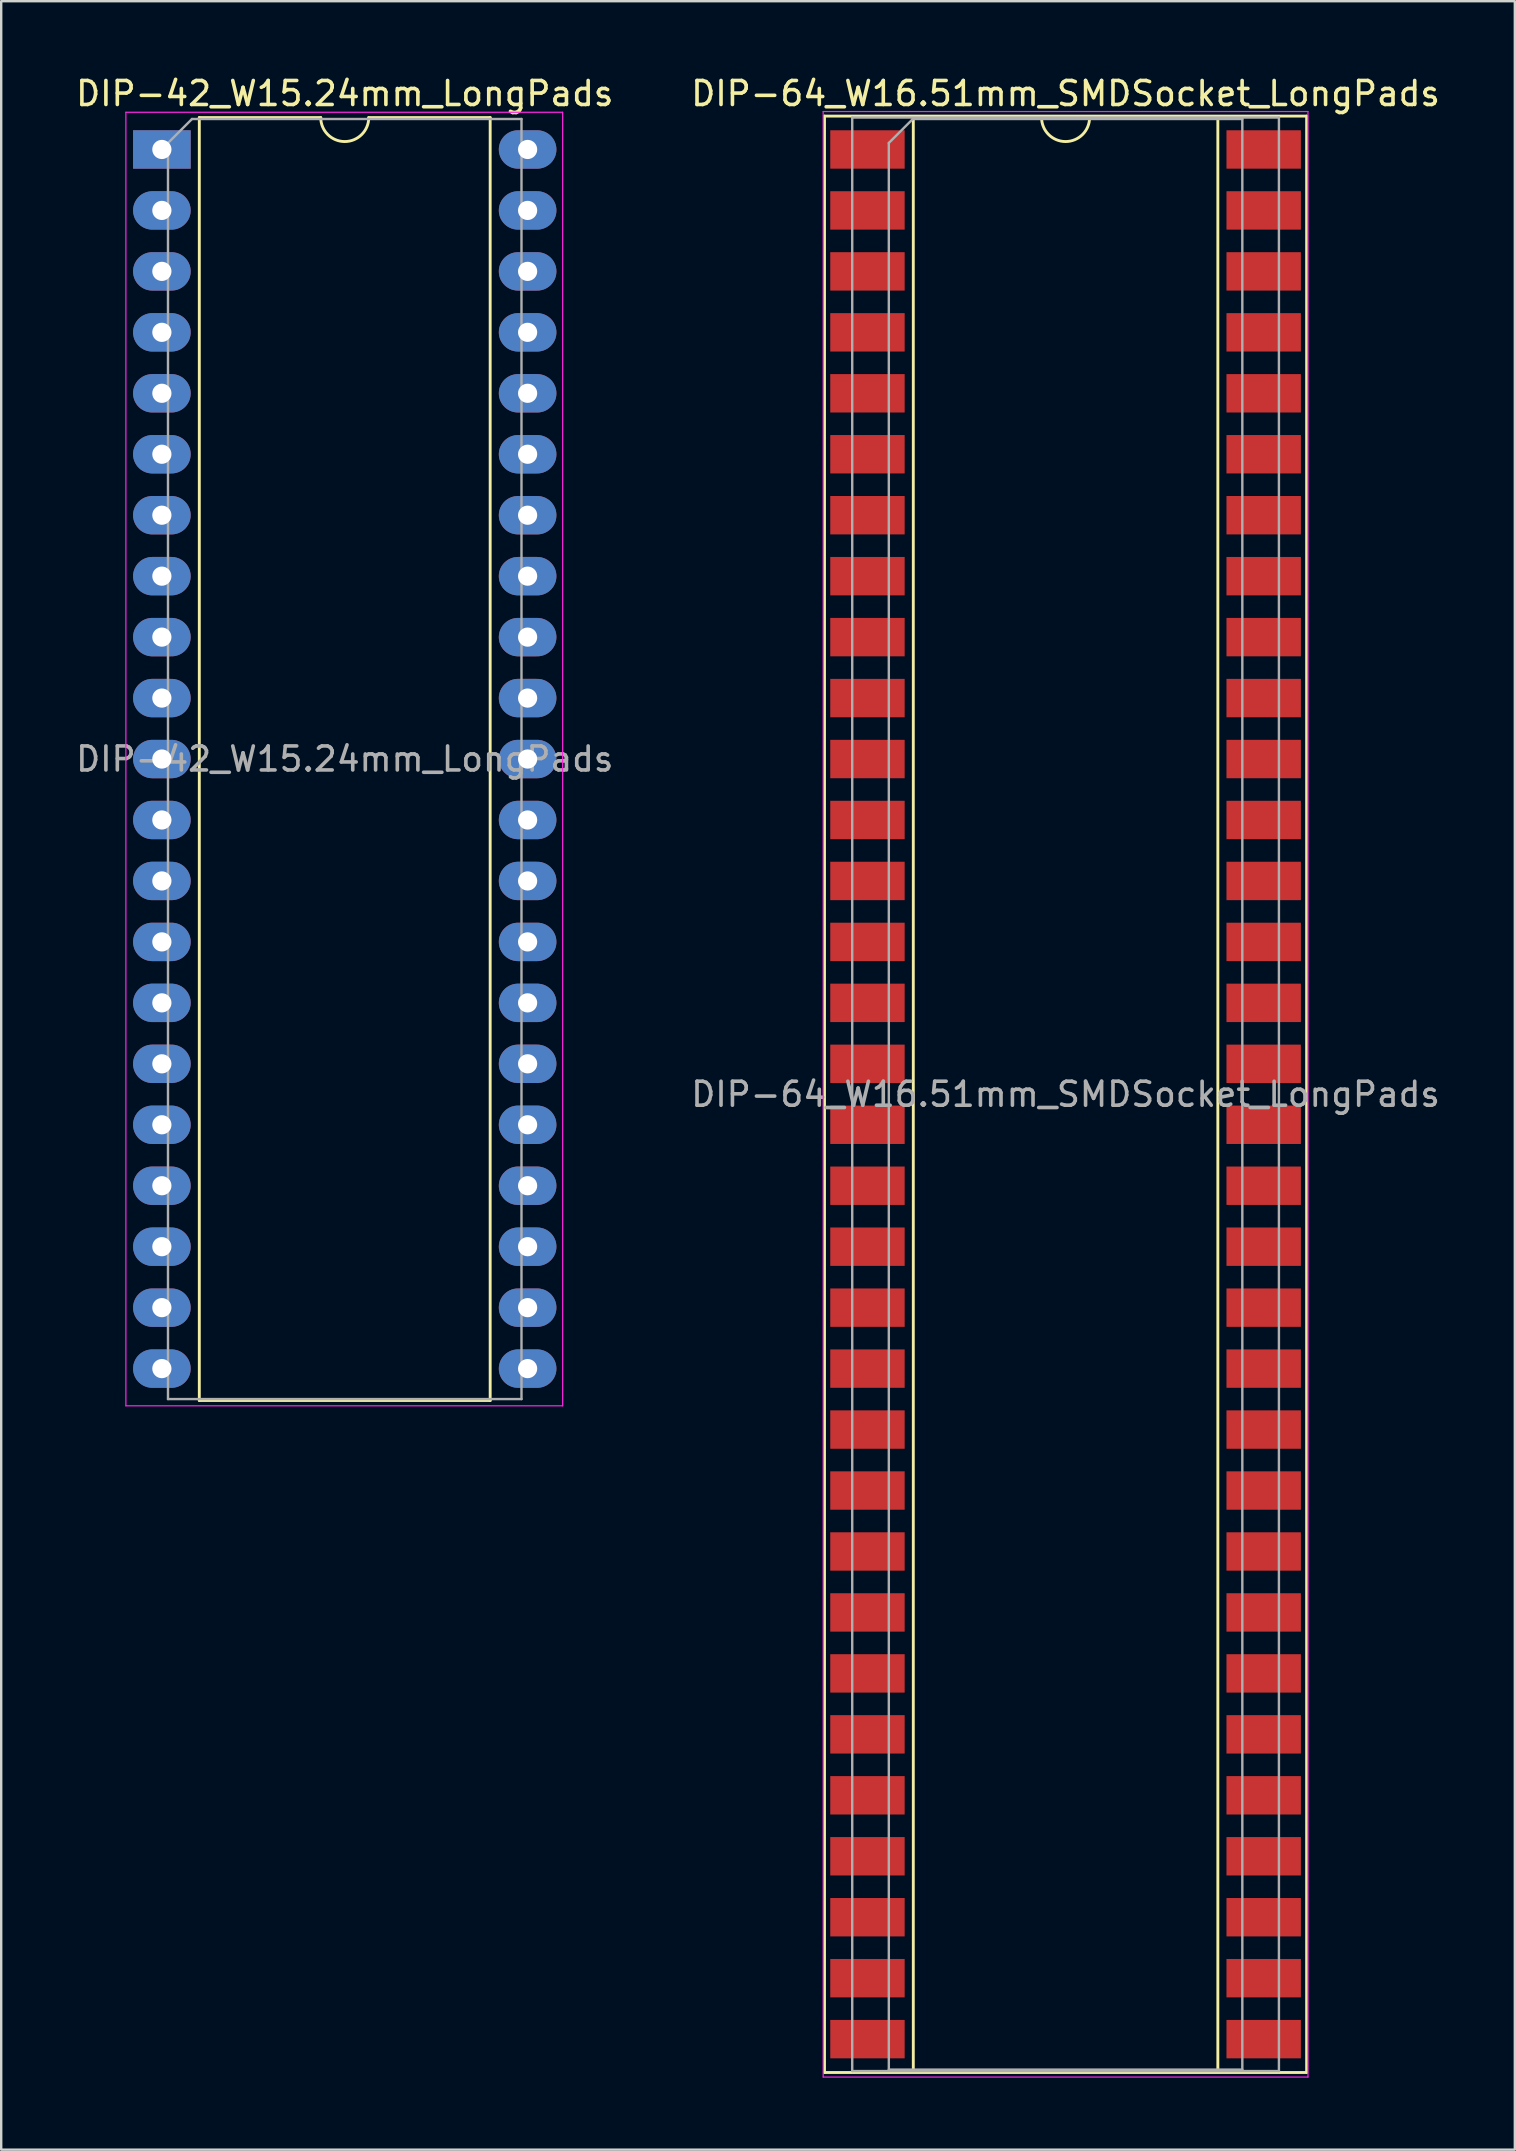
<source format=kicad_pcb>
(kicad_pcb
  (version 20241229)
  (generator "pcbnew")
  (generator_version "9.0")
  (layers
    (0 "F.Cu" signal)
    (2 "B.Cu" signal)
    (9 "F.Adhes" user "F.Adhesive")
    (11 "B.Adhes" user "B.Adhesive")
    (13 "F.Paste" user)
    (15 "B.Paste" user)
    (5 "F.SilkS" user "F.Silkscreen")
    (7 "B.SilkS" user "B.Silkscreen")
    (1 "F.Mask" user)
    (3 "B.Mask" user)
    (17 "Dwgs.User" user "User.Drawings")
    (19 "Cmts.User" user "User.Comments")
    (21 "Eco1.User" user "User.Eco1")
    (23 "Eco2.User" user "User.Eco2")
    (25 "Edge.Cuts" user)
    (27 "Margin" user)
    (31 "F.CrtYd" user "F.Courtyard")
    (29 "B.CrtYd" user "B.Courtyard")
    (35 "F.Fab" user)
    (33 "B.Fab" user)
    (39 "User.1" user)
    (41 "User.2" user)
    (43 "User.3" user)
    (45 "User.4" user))
  (footprint "DIP-42_W15.24mm_LongPads"
    (layer "F.Cu")
    (at 3.695 3.178)
    (property "Reference" "DIP-42_W15.24mm_LongPads" (at 7.62 -2.33 0) (layer "F.SilkS") (effects (font (size 1 1) (thickness 0.15))))
    (attr through_hole)
    (fp_line (start 1.56 -1.33) (end 1.56 52.13) (stroke (width 0.12) (type solid)) (layer "F.SilkS"))
    (fp_line (start 1.56 52.13) (end 13.68 52.13) (stroke (width 0.12) (type solid)) (layer "F.SilkS"))
    (fp_line (start 6.62 -1.33) (end 1.56 -1.33) (stroke (width 0.12) (type solid)) (layer "F.SilkS"))
    (fp_line (start 13.68 -1.33) (end 8.62 -1.33) (stroke (width 0.12) (type solid)) (layer "F.SilkS"))
    (fp_line (start 13.68 52.13) (end 13.68 -1.33) (stroke (width 0.12) (type solid)) (layer "F.SilkS"))
    (fp_arc (start 8.62 -1.33) (mid 7.62 -0.33) (end 6.62 -1.33) (stroke (width 0.12) (type solid)) (layer "F.SilkS"))
    (fp_line (start -1.5 -1.55) (end -1.5 52.35) (stroke (width 0.05) (type solid)) (layer "F.CrtYd"))
    (fp_line (start -1.5 52.35) (end 16.7 52.35) (stroke (width 0.05) (type solid)) (layer "F.CrtYd"))
    (fp_line (start 16.7 -1.55) (end -1.5 -1.55) (stroke (width 0.05) (type solid)) (layer "F.CrtYd"))
    (fp_line (start 16.7 52.35) (end 16.7 -1.55) (stroke (width 0.05) (type solid)) (layer "F.CrtYd"))
    (fp_line (start 0.255 -0.27) (end 1.255 -1.27) (stroke (width 0.1) (type solid)) (layer "F.Fab"))
    (fp_line (start 0.255 52.07) (end 0.255 -0.27) (stroke (width 0.1) (type solid)) (layer "F.Fab"))
    (fp_line (start 1.255 -1.27) (end 14.985 -1.27) (stroke (width 0.1) (type solid)) (layer "F.Fab"))
    (fp_line (start 14.985 -1.27) (end 14.985 52.07) (stroke (width 0.1) (type solid)) (layer "F.Fab"))
    (fp_line (start 14.985 52.07) (end 0.255 52.07) (stroke (width 0.1) (type solid)) (layer "F.Fab"))
    (fp_text user "${REFERENCE}" (at 7.62 25.4 0) (layer "F.Fab") (effects (font (size 1 1) (thickness 0.15))))
    (pad "1" thru_hole rect (at 0 0) (size 2.4 1.6) (drill 0.8) (layers "*.Cu" "*.Mask"))
    (pad "2" thru_hole oval (at 0 2.54) (size 2.4 1.6) (drill 0.8) (layers "*.Cu" "*.Mask"))
    (pad "3" thru_hole oval (at 0 5.08) (size 2.4 1.6) (drill 0.8) (layers "*.Cu" "*.Mask"))
    (pad "4" thru_hole oval (at 0 7.62) (size 2.4 1.6) (drill 0.8) (layers "*.Cu" "*.Mask"))
    (pad "5" thru_hole oval (at 0 10.16) (size 2.4 1.6) (drill 0.8) (layers "*.Cu" "*.Mask"))
    (pad "6" thru_hole oval (at 0 12.7) (size 2.4 1.6) (drill 0.8) (layers "*.Cu" "*.Mask"))
    (pad "7" thru_hole oval (at 0 15.24) (size 2.4 1.6) (drill 0.8) (layers "*.Cu" "*.Mask"))
    (pad "8" thru_hole oval (at 0 17.78) (size 2.4 1.6) (drill 0.8) (layers "*.Cu" "*.Mask"))
    (pad "9" thru_hole oval (at 0 20.32) (size 2.4 1.6) (drill 0.8) (layers "*.Cu" "*.Mask"))
    (pad "10" thru_hole oval (at 0 22.86) (size 2.4 1.6) (drill 0.8) (layers "*.Cu" "*.Mask"))
    (pad "11" thru_hole oval (at 0 25.4) (size 2.4 1.6) (drill 0.8) (layers "*.Cu" "*.Mask"))
    (pad "12" thru_hole oval (at 0 27.94) (size 2.4 1.6) (drill 0.8) (layers "*.Cu" "*.Mask"))
    (pad "13" thru_hole oval (at 0 30.48) (size 2.4 1.6) (drill 0.8) (layers "*.Cu" "*.Mask"))
    (pad "14" thru_hole oval (at 0 33.02) (size 2.4 1.6) (drill 0.8) (layers "*.Cu" "*.Mask"))
    (pad "15" thru_hole oval (at 0 35.56) (size 2.4 1.6) (drill 0.8) (layers "*.Cu" "*.Mask"))
    (pad "16" thru_hole oval (at 0 38.1) (size 2.4 1.6) (drill 0.8) (layers "*.Cu" "*.Mask"))
    (pad "17" thru_hole oval (at 0 40.64) (size 2.4 1.6) (drill 0.8) (layers "*.Cu" "*.Mask"))
    (pad "18" thru_hole oval (at 0 43.18) (size 2.4 1.6) (drill 0.8) (layers "*.Cu" "*.Mask"))
    (pad "19" thru_hole oval (at 0 45.72) (size 2.4 1.6) (drill 0.8) (layers "*.Cu" "*.Mask"))
    (pad "20" thru_hole oval (at 0 48.26) (size 2.4 1.6) (drill 0.8) (layers "*.Cu" "*.Mask"))
    (pad "21" thru_hole oval (at 0 50.8) (size 2.4 1.6) (drill 0.8) (layers "*.Cu" "*.Mask"))
    (pad "22" thru_hole oval (at 15.24 50.8) (size 2.4 1.6) (drill 0.8) (layers "*.Cu" "*.Mask"))
    (pad "23" thru_hole oval (at 15.24 48.26) (size 2.4 1.6) (drill 0.8) (layers "*.Cu" "*.Mask"))
    (pad "24" thru_hole oval (at 15.24 45.72) (size 2.4 1.6) (drill 0.8) (layers "*.Cu" "*.Mask"))
    (pad "25" thru_hole oval (at 15.24 43.18) (size 2.4 1.6) (drill 0.8) (layers "*.Cu" "*.Mask"))
    (pad "26" thru_hole oval (at 15.24 40.64) (size 2.4 1.6) (drill 0.8) (layers "*.Cu" "*.Mask"))
    (pad "27" thru_hole oval (at 15.24 38.1) (size 2.4 1.6) (drill 0.8) (layers "*.Cu" "*.Mask"))
    (pad "28" thru_hole oval (at 15.24 35.56) (size 2.4 1.6) (drill 0.8) (layers "*.Cu" "*.Mask"))
    (pad "29" thru_hole oval (at 15.24 33.02) (size 2.4 1.6) (drill 0.8) (layers "*.Cu" "*.Mask"))
    (pad "30" thru_hole oval (at 15.24 30.48) (size 2.4 1.6) (drill 0.8) (layers "*.Cu" "*.Mask"))
    (pad "31" thru_hole oval (at 15.24 27.94) (size 2.4 1.6) (drill 0.8) (layers "*.Cu" "*.Mask"))
    (pad "32" thru_hole oval (at 15.24 25.4) (size 2.4 1.6) (drill 0.8) (layers "*.Cu" "*.Mask"))
    (pad "33" thru_hole oval (at 15.24 22.86) (size 2.4 1.6) (drill 0.8) (layers "*.Cu" "*.Mask"))
    (pad "34" thru_hole oval (at 15.24 20.32) (size 2.4 1.6) (drill 0.8) (layers "*.Cu" "*.Mask"))
    (pad "35" thru_hole oval (at 15.24 17.78) (size 2.4 1.6) (drill 0.8) (layers "*.Cu" "*.Mask"))
    (pad "36" thru_hole oval (at 15.24 15.24) (size 2.4 1.6) (drill 0.8) (layers "*.Cu" "*.Mask"))
    (pad "37" thru_hole oval (at 15.24 12.7) (size 2.4 1.6) (drill 0.8) (layers "*.Cu" "*.Mask"))
    (pad "38" thru_hole oval (at 15.24 10.16) (size 2.4 1.6) (drill 0.8) (layers "*.Cu" "*.Mask"))
    (pad "39" thru_hole oval (at 15.24 7.62) (size 2.4 1.6) (drill 0.8) (layers "*.Cu" "*.Mask"))
    (pad "40" thru_hole oval (at 15.24 5.08) (size 2.4 1.6) (drill 0.8) (layers "*.Cu" "*.Mask"))
    (pad "41" thru_hole oval (at 15.24 2.54) (size 2.4 1.6) (drill 0.8) (layers "*.Cu" "*.Mask"))
    (pad "42" thru_hole oval (at 15.24 0) (size 2.4 1.6) (drill 0.8) (layers "*.Cu" "*.Mask")))
  (footprint "DIP-64_W16.51mm_SMDSocket_LongPads"
    (layer "F.Cu")
    (at 41.351 42.548)
    (property "Reference" "DIP-64_W16.51mm_SMDSocket_LongPads" (at 0 -41.7 0) (layer "F.SilkS") (effects (font (size 1 1) (thickness 0.15))))
    (attr smd)
    (fp_line (start -10.045 -40.76) (end -10.045 40.76) (stroke (width 0.12) (type solid)) (layer "F.SilkS"))
    (fp_line (start -10.045 40.76) (end 10.045 40.76) (stroke (width 0.12) (type solid)) (layer "F.SilkS"))
    (fp_line (start -6.345 -40.7) (end -6.345 40.7) (stroke (width 0.12) (type solid)) (layer "F.SilkS"))
    (fp_line (start -6.345 40.7) (end 6.345 40.7) (stroke (width 0.12) (type solid)) (layer "F.SilkS"))
    (fp_line (start -1 -40.7) (end -6.345 -40.7) (stroke (width 0.12) (type solid)) (layer "F.SilkS"))
    (fp_line (start 6.345 -40.7) (end 1 -40.7) (stroke (width 0.12) (type solid)) (layer "F.SilkS"))
    (fp_line (start 6.345 40.7) (end 6.345 -40.7) (stroke (width 0.12) (type solid)) (layer "F.SilkS"))
    (fp_line (start 10.045 -40.76) (end -10.045 -40.76) (stroke (width 0.12) (type solid)) (layer "F.SilkS"))
    (fp_line (start 10.045 40.76) (end 10.045 -40.76) (stroke (width 0.12) (type solid)) (layer "F.SilkS"))
    (fp_arc (start 1 -40.7) (mid 0 -39.7) (end -1 -40.7) (stroke (width 0.12) (type solid)) (layer "F.SilkS"))
    (fp_line (start -10.1 -40.95) (end -10.1 40.95) (stroke (width 0.05) (type solid)) (layer "F.CrtYd"))
    (fp_line (start -10.1 40.95) (end 10.1 40.95) (stroke (width 0.05) (type solid)) (layer "F.CrtYd"))
    (fp_line (start 10.1 -40.95) (end -10.1 -40.95) (stroke (width 0.05) (type solid)) (layer "F.CrtYd"))
    (fp_line (start 10.1 40.95) (end 10.1 -40.95) (stroke (width 0.05) (type solid)) (layer "F.CrtYd"))
    (fp_line (start -8.89 -40.7) (end -8.89 40.7) (stroke (width 0.1) (type solid)) (layer "F.Fab"))
    (fp_line (start -8.89 40.7) (end 8.89 40.7) (stroke (width 0.1) (type solid)) (layer "F.Fab"))
    (fp_line (start -7.365 -39.64) (end -6.365 -40.64) (stroke (width 0.1) (type solid)) (layer "F.Fab"))
    (fp_line (start -7.365 40.64) (end -7.365 -39.64) (stroke (width 0.1) (type solid)) (layer "F.Fab"))
    (fp_line (start -6.365 -40.64) (end 7.365 -40.64) (stroke (width 0.1) (type solid)) (layer "F.Fab"))
    (fp_line (start 7.365 -40.64) (end 7.365 40.64) (stroke (width 0.1) (type solid)) (layer "F.Fab"))
    (fp_line (start 7.365 40.64) (end -7.365 40.64) (stroke (width 0.1) (type solid)) (layer "F.Fab"))
    (fp_line (start 8.89 -40.7) (end -8.89 -40.7) (stroke (width 0.1) (type solid)) (layer "F.Fab"))
    (fp_line (start 8.89 40.7) (end 8.89 -40.7) (stroke (width 0.1) (type solid)) (layer "F.Fab"))
    (fp_text user "${REFERENCE}" (at 0 0 0) (layer "F.Fab") (effects (font (size 1 1) (thickness 0.15))))
    (pad "1" smd rect (at -8.255 -39.37) (size 3.1 1.6) (layers "F.Cu" "F.Mask" "F.Paste"))
    (pad "2" smd rect (at -8.255 -36.83) (size 3.1 1.6) (layers "F.Cu" "F.Mask" "F.Paste"))
    (pad "3" smd rect (at -8.255 -34.29) (size 3.1 1.6) (layers "F.Cu" "F.Mask" "F.Paste"))
    (pad "4" smd rect (at -8.255 -31.75) (size 3.1 1.6) (layers "F.Cu" "F.Mask" "F.Paste"))
    (pad "5" smd rect (at -8.255 -29.21) (size 3.1 1.6) (layers "F.Cu" "F.Mask" "F.Paste"))
    (pad "6" smd rect (at -8.255 -26.67) (size 3.1 1.6) (layers "F.Cu" "F.Mask" "F.Paste"))
    (pad "7" smd rect (at -8.255 -24.13) (size 3.1 1.6) (layers "F.Cu" "F.Mask" "F.Paste"))
    (pad "8" smd rect (at -8.255 -21.59) (size 3.1 1.6) (layers "F.Cu" "F.Mask" "F.Paste"))
    (pad "9" smd rect (at -8.255 -19.05) (size 3.1 1.6) (layers "F.Cu" "F.Mask" "F.Paste"))
    (pad "10" smd rect (at -8.255 -16.51) (size 3.1 1.6) (layers "F.Cu" "F.Mask" "F.Paste"))
    (pad "11" smd rect (at -8.255 -13.97) (size 3.1 1.6) (layers "F.Cu" "F.Mask" "F.Paste"))
    (pad "12" smd rect (at -8.255 -11.43) (size 3.1 1.6) (layers "F.Cu" "F.Mask" "F.Paste"))
    (pad "13" smd rect (at -8.255 -8.89) (size 3.1 1.6) (layers "F.Cu" "F.Mask" "F.Paste"))
    (pad "14" smd rect (at -8.255 -6.35) (size 3.1 1.6) (layers "F.Cu" "F.Mask" "F.Paste"))
    (pad "15" smd rect (at -8.255 -3.81) (size 3.1 1.6) (layers "F.Cu" "F.Mask" "F.Paste"))
    (pad "16" smd rect (at -8.255 -1.27) (size 3.1 1.6) (layers "F.Cu" "F.Mask" "F.Paste"))
    (pad "17" smd rect (at -8.255 1.27) (size 3.1 1.6) (layers "F.Cu" "F.Mask" "F.Paste"))
    (pad "18" smd rect (at -8.255 3.81) (size 3.1 1.6) (layers "F.Cu" "F.Mask" "F.Paste"))
    (pad "19" smd rect (at -8.255 6.35) (size 3.1 1.6) (layers "F.Cu" "F.Mask" "F.Paste"))
    (pad "20" smd rect (at -8.255 8.89) (size 3.1 1.6) (layers "F.Cu" "F.Mask" "F.Paste"))
    (pad "21" smd rect (at -8.255 11.43) (size 3.1 1.6) (layers "F.Cu" "F.Mask" "F.Paste"))
    (pad "22" smd rect (at -8.255 13.97) (size 3.1 1.6) (layers "F.Cu" "F.Mask" "F.Paste"))
    (pad "23" smd rect (at -8.255 16.51) (size 3.1 1.6) (layers "F.Cu" "F.Mask" "F.Paste"))
    (pad "24" smd rect (at -8.255 19.05) (size 3.1 1.6) (layers "F.Cu" "F.Mask" "F.Paste"))
    (pad "25" smd rect (at -8.255 21.59) (size 3.1 1.6) (layers "F.Cu" "F.Mask" "F.Paste"))
    (pad "26" smd rect (at -8.255 24.13) (size 3.1 1.6) (layers "F.Cu" "F.Mask" "F.Paste"))
    (pad "27" smd rect (at -8.255 26.67) (size 3.1 1.6) (layers "F.Cu" "F.Mask" "F.Paste"))
    (pad "28" smd rect (at -8.255 29.21) (size 3.1 1.6) (layers "F.Cu" "F.Mask" "F.Paste"))
    (pad "29" smd rect (at -8.255 31.75) (size 3.1 1.6) (layers "F.Cu" "F.Mask" "F.Paste"))
    (pad "30" smd rect (at -8.255 34.29) (size 3.1 1.6) (layers "F.Cu" "F.Mask" "F.Paste"))
    (pad "31" smd rect (at -8.255 36.83) (size 3.1 1.6) (layers "F.Cu" "F.Mask" "F.Paste"))
    (pad "32" smd rect (at -8.255 39.37) (size 3.1 1.6) (layers "F.Cu" "F.Mask" "F.Paste"))
    (pad "33" smd rect (at 8.255 39.37) (size 3.1 1.6) (layers "F.Cu" "F.Mask" "F.Paste"))
    (pad "34" smd rect (at 8.255 36.83) (size 3.1 1.6) (layers "F.Cu" "F.Mask" "F.Paste"))
    (pad "35" smd rect (at 8.255 34.29) (size 3.1 1.6) (layers "F.Cu" "F.Mask" "F.Paste"))
    (pad "36" smd rect (at 8.255 31.75) (size 3.1 1.6) (layers "F.Cu" "F.Mask" "F.Paste"))
    (pad "37" smd rect (at 8.255 29.21) (size 3.1 1.6) (layers "F.Cu" "F.Mask" "F.Paste"))
    (pad "38" smd rect (at 8.255 26.67) (size 3.1 1.6) (layers "F.Cu" "F.Mask" "F.Paste"))
    (pad "39" smd rect (at 8.255 24.13) (size 3.1 1.6) (layers "F.Cu" "F.Mask" "F.Paste"))
    (pad "40" smd rect (at 8.255 21.59) (size 3.1 1.6) (layers "F.Cu" "F.Mask" "F.Paste"))
    (pad "41" smd rect (at 8.255 19.05) (size 3.1 1.6) (layers "F.Cu" "F.Mask" "F.Paste"))
    (pad "42" smd rect (at 8.255 16.51) (size 3.1 1.6) (layers "F.Cu" "F.Mask" "F.Paste"))
    (pad "43" smd rect (at 8.255 13.97) (size 3.1 1.6) (layers "F.Cu" "F.Mask" "F.Paste"))
    (pad "44" smd rect (at 8.255 11.43) (size 3.1 1.6) (layers "F.Cu" "F.Mask" "F.Paste"))
    (pad "45" smd rect (at 8.255 8.89) (size 3.1 1.6) (layers "F.Cu" "F.Mask" "F.Paste"))
    (pad "46" smd rect (at 8.255 6.35) (size 3.1 1.6) (layers "F.Cu" "F.Mask" "F.Paste"))
    (pad "47" smd rect (at 8.255 3.81) (size 3.1 1.6) (layers "F.Cu" "F.Mask" "F.Paste"))
    (pad "48" smd rect (at 8.255 1.27) (size 3.1 1.6) (layers "F.Cu" "F.Mask" "F.Paste"))
    (pad "49" smd rect (at 8.255 -1.27) (size 3.1 1.6) (layers "F.Cu" "F.Mask" "F.Paste"))
    (pad "50" smd rect (at 8.255 -3.81) (size 3.1 1.6) (layers "F.Cu" "F.Mask" "F.Paste"))
    (pad "51" smd rect (at 8.255 -6.35) (size 3.1 1.6) (layers "F.Cu" "F.Mask" "F.Paste"))
    (pad "52" smd rect (at 8.255 -8.89) (size 3.1 1.6) (layers "F.Cu" "F.Mask" "F.Paste"))
    (pad "53" smd rect (at 8.255 -11.43) (size 3.1 1.6) (layers "F.Cu" "F.Mask" "F.Paste"))
    (pad "54" smd rect (at 8.255 -13.97) (size 3.1 1.6) (layers "F.Cu" "F.Mask" "F.Paste"))
    (pad "55" smd rect (at 8.255 -16.51) (size 3.1 1.6) (layers "F.Cu" "F.Mask" "F.Paste"))
    (pad "56" smd rect (at 8.255 -19.05) (size 3.1 1.6) (layers "F.Cu" "F.Mask" "F.Paste"))
    (pad "57" smd rect (at 8.255 -21.59) (size 3.1 1.6) (layers "F.Cu" "F.Mask" "F.Paste"))
    (pad "58" smd rect (at 8.255 -24.13) (size 3.1 1.6) (layers "F.Cu" "F.Mask" "F.Paste"))
    (pad "59" smd rect (at 8.255 -26.67) (size 3.1 1.6) (layers "F.Cu" "F.Mask" "F.Paste"))
    (pad "60" smd rect (at 8.255 -29.21) (size 3.1 1.6) (layers "F.Cu" "F.Mask" "F.Paste"))
    (pad "61" smd rect (at 8.255 -31.75) (size 3.1 1.6) (layers "F.Cu" "F.Mask" "F.Paste"))
    (pad "62" smd rect (at 8.255 -34.29) (size 3.1 1.6) (layers "F.Cu" "F.Mask" "F.Paste"))
    (pad "63" smd rect (at 8.255 -36.83) (size 3.1 1.6) (layers "F.Cu" "F.Mask" "F.Paste"))
    (pad "64" smd rect (at 8.255 -39.37) (size 3.1 1.6) (layers "F.Cu" "F.Mask" "F.Paste")))
  (gr_rect
    (start -3 -3)
    (end 60.071 86.523)
    (stroke (width 0.1) (type default))
    (fill no)
    (layer "Edge.Cuts")))
</source>
